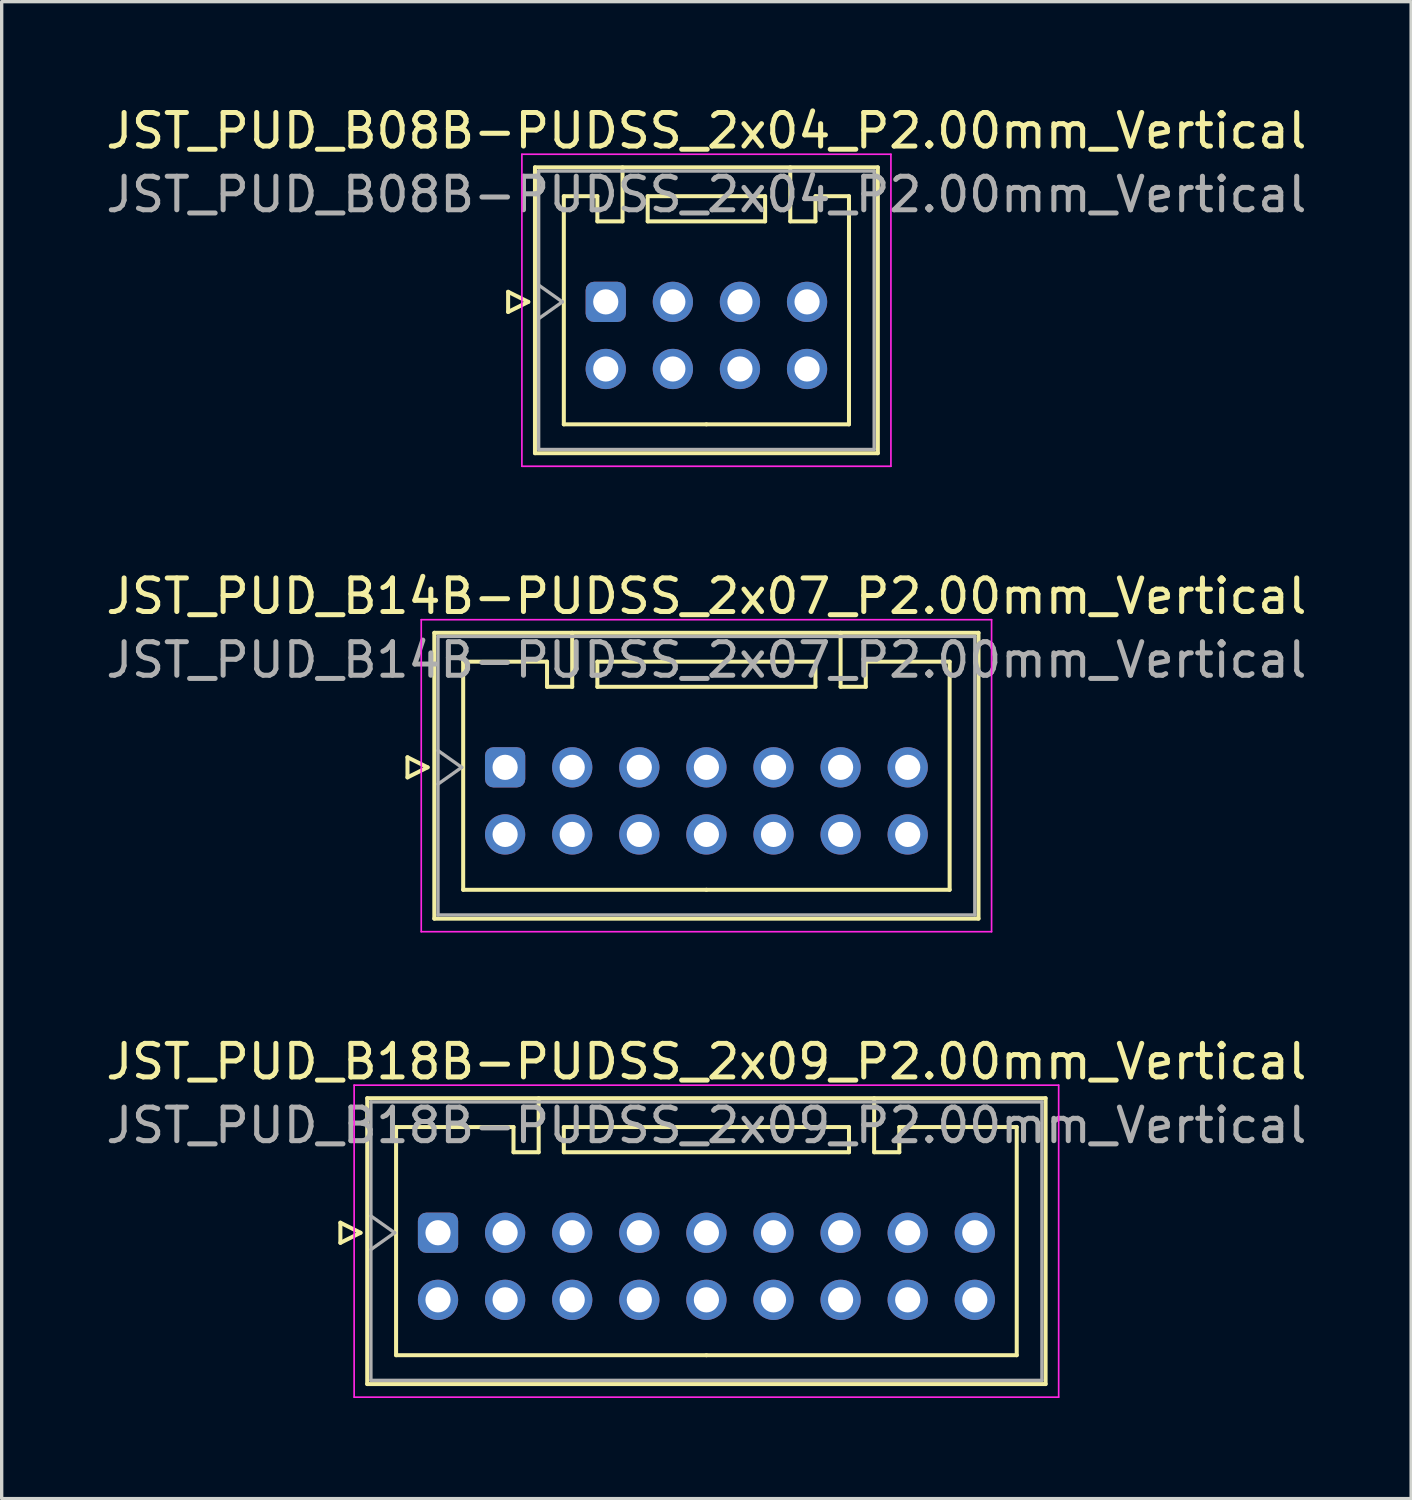
<source format=kicad_pcb>
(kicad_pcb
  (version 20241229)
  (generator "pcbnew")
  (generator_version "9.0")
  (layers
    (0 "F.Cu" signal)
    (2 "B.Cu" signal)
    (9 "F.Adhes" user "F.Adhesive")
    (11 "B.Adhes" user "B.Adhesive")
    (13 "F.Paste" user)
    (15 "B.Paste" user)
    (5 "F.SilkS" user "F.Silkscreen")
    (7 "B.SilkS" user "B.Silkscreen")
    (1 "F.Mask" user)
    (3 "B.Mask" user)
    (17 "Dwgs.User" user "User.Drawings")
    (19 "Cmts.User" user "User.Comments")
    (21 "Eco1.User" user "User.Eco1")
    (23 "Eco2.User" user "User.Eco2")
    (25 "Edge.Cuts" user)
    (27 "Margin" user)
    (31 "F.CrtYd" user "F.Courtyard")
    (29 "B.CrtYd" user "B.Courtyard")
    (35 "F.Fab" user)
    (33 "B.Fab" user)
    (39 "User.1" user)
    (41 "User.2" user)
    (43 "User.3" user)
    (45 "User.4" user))
  (footprint "JST_PUD_B08B-PUDSS_2x04_P2.00mm_Vertical"
    (layer "F.Cu")
    (at 15.006 5.948)
    (property "Reference" "JST_PUD_B08B-PUDSS_2x04_P2.00mm_Vertical" (at 3 -5.1 0) (layer "F.SilkS") (effects (font (size 1 1) (thickness 0.15))))
    (attr through_hole)
    (fp_line (start -2.91 -0.3) (end -2.31 0) (stroke (width 0.12) (type solid)) (layer "F.SilkS"))
    (fp_line (start -2.91 0.3) (end -2.91 -0.3) (stroke (width 0.12) (type solid)) (layer "F.SilkS"))
    (fp_line (start -2.31 0) (end -2.91 0.3) (stroke (width 0.12) (type solid)) (layer "F.SilkS"))
    (fp_line (start -2.11 -4.01) (end -2.11 4.51) (stroke (width 0.12) (type solid)) (layer "F.SilkS"))
    (fp_line (start -2.11 4.51) (end 8.11 4.51) (stroke (width 0.12) (type solid)) (layer "F.SilkS"))
    (fp_line (start -1.25 -3.15) (end -1.25 3.65) (stroke (width 0.12) (type solid)) (layer "F.SilkS"))
    (fp_line (start -1.25 3.65) (end 3 3.65) (stroke (width 0.12) (type solid)) (layer "F.SilkS"))
    (fp_line (start -0.25 -3.15) (end -1.25 -3.15) (stroke (width 0.12) (type solid)) (layer "F.SilkS"))
    (fp_line (start -0.25 -2.4) (end -0.25 -3.15) (stroke (width 0.12) (type solid)) (layer "F.SilkS"))
    (fp_line (start 0.5 -4.01) (end 0.5 -2.4) (stroke (width 0.12) (type solid)) (layer "F.SilkS"))
    (fp_line (start 0.5 -2.4) (end -0.25 -2.4) (stroke (width 0.12) (type solid)) (layer "F.SilkS"))
    (fp_line (start 1.25 -3.15) (end 1.25 -2.4) (stroke (width 0.12) (type solid)) (layer "F.SilkS"))
    (fp_line (start 1.25 -2.4) (end 4.75 -2.4) (stroke (width 0.12) (type solid)) (layer "F.SilkS"))
    (fp_line (start 4.75 -3.15) (end 1.25 -3.15) (stroke (width 0.12) (type solid)) (layer "F.SilkS"))
    (fp_line (start 4.75 -2.4) (end 4.75 -3.15) (stroke (width 0.12) (type solid)) (layer "F.SilkS"))
    (fp_line (start 5.5 -4.01) (end 5.5 -2.4) (stroke (width 0.12) (type solid)) (layer "F.SilkS"))
    (fp_line (start 5.5 -2.4) (end 6.25 -2.4) (stroke (width 0.12) (type solid)) (layer "F.SilkS"))
    (fp_line (start 6.25 -3.15) (end 7.25 -3.15) (stroke (width 0.12) (type solid)) (layer "F.SilkS"))
    (fp_line (start 6.25 -2.4) (end 6.25 -3.15) (stroke (width 0.12) (type solid)) (layer "F.SilkS"))
    (fp_line (start 7.25 -3.15) (end 7.25 3.65) (stroke (width 0.12) (type solid)) (layer "F.SilkS"))
    (fp_line (start 7.25 3.65) (end 3 3.65) (stroke (width 0.12) (type solid)) (layer "F.SilkS"))
    (fp_line (start 8.11 -4.01) (end -2.11 -4.01) (stroke (width 0.12) (type solid)) (layer "F.SilkS"))
    (fp_line (start 8.11 4.51) (end 8.11 -4.01) (stroke (width 0.12) (type solid)) (layer "F.SilkS"))
    (fp_line (start -2.5 -4.4) (end -2.5 4.9) (stroke (width 0.05) (type solid)) (layer "F.CrtYd"))
    (fp_line (start -2.5 4.9) (end 8.5 4.9) (stroke (width 0.05) (type solid)) (layer "F.CrtYd"))
    (fp_line (start 8.5 -4.4) (end -2.5 -4.4) (stroke (width 0.05) (type solid)) (layer "F.CrtYd"))
    (fp_line (start 8.5 4.9) (end 8.5 -4.4) (stroke (width 0.05) (type solid)) (layer "F.CrtYd"))
    (fp_line (start -2 -3.9) (end -2 4.4) (stroke (width 0.1) (type solid)) (layer "F.Fab"))
    (fp_line (start -2 0.5) (end -1.293 0) (stroke (width 0.1) (type solid)) (layer "F.Fab"))
    (fp_line (start -2 4.4) (end 8 4.4) (stroke (width 0.1) (type solid)) (layer "F.Fab"))
    (fp_line (start -1.293 0) (end -2 -0.5) (stroke (width 0.1) (type solid)) (layer "F.Fab"))
    (fp_line (start 8 -3.9) (end -2 -3.9) (stroke (width 0.1) (type solid)) (layer "F.Fab"))
    (fp_line (start 8 4.4) (end 8 -3.9) (stroke (width 0.1) (type solid)) (layer "F.Fab"))
    (fp_text user "${REFERENCE}" (at 3 -3.2 0) (layer "F.Fab") (effects (font (size 1 1) (thickness 0.15))))
    (pad "1" thru_hole roundrect (at 0 0) (size 1.2 1.2) (drill 0.75) (layers "*.Cu" "*.Mask") (roundrect_rratio 0.208))
    (pad "2" thru_hole circle (at 0 2) (size 1.2 1.2) (drill 0.75) (layers "*.Cu" "*.Mask"))
    (pad "3" thru_hole circle (at 2 0) (size 1.2 1.2) (drill 0.75) (layers "*.Cu" "*.Mask"))
    (pad "4" thru_hole circle (at 2 2) (size 1.2 1.2) (drill 0.75) (layers "*.Cu" "*.Mask"))
    (pad "5" thru_hole circle (at 4 0) (size 1.2 1.2) (drill 0.75) (layers "*.Cu" "*.Mask"))
    (pad "6" thru_hole circle (at 4 2) (size 1.2 1.2) (drill 0.75) (layers "*.Cu" "*.Mask"))
    (pad "7" thru_hole circle (at 6 0) (size 1.2 1.2) (drill 0.75) (layers "*.Cu" "*.Mask"))
    (pad "8" thru_hole circle (at 6 2) (size 1.2 1.2) (drill 0.75) (layers "*.Cu" "*.Mask")))
  (footprint "JST_PUD_B14B-PUDSS_2x07_P2.00mm_Vertical"
    (layer "F.Cu")
    (at 12.006 19.822)
    (property "Reference" "JST_PUD_B14B-PUDSS_2x07_P2.00mm_Vertical" (at 6 -5.1 0) (layer "F.SilkS") (effects (font (size 1 1) (thickness 0.15))))
    (attr through_hole)
    (fp_line (start -2.91 -0.3) (end -2.31 0) (stroke (width 0.12) (type solid)) (layer "F.SilkS"))
    (fp_line (start -2.91 0.3) (end -2.91 -0.3) (stroke (width 0.12) (type solid)) (layer "F.SilkS"))
    (fp_line (start -2.31 0) (end -2.91 0.3) (stroke (width 0.12) (type solid)) (layer "F.SilkS"))
    (fp_line (start -2.11 -4.01) (end -2.11 4.51) (stroke (width 0.12) (type solid)) (layer "F.SilkS"))
    (fp_line (start -2.11 4.51) (end 14.11 4.51) (stroke (width 0.12) (type solid)) (layer "F.SilkS"))
    (fp_line (start -1.25 -3.15) (end -1.25 3.65) (stroke (width 0.12) (type solid)) (layer "F.SilkS"))
    (fp_line (start -1.25 3.65) (end 6 3.65) (stroke (width 0.12) (type solid)) (layer "F.SilkS"))
    (fp_line (start 1.25 -3.15) (end -1.25 -3.15) (stroke (width 0.12) (type solid)) (layer "F.SilkS"))
    (fp_line (start 1.25 -2.4) (end 1.25 -3.15) (stroke (width 0.12) (type solid)) (layer "F.SilkS"))
    (fp_line (start 2 -4.01) (end 2 -2.4) (stroke (width 0.12) (type solid)) (layer "F.SilkS"))
    (fp_line (start 2 -2.4) (end 1.25 -2.4) (stroke (width 0.12) (type solid)) (layer "F.SilkS"))
    (fp_line (start 2.75 -3.15) (end 2.75 -2.4) (stroke (width 0.12) (type solid)) (layer "F.SilkS"))
    (fp_line (start 2.75 -2.4) (end 9.25 -2.4) (stroke (width 0.12) (type solid)) (layer "F.SilkS"))
    (fp_line (start 9.25 -3.15) (end 2.75 -3.15) (stroke (width 0.12) (type solid)) (layer "F.SilkS"))
    (fp_line (start 9.25 -2.4) (end 9.25 -3.15) (stroke (width 0.12) (type solid)) (layer "F.SilkS"))
    (fp_line (start 10 -4.01) (end 10 -2.4) (stroke (width 0.12) (type solid)) (layer "F.SilkS"))
    (fp_line (start 10 -2.4) (end 10.75 -2.4) (stroke (width 0.12) (type solid)) (layer "F.SilkS"))
    (fp_line (start 10.75 -3.15) (end 13.25 -3.15) (stroke (width 0.12) (type solid)) (layer "F.SilkS"))
    (fp_line (start 10.75 -2.4) (end 10.75 -3.15) (stroke (width 0.12) (type solid)) (layer "F.SilkS"))
    (fp_line (start 13.25 -3.15) (end 13.25 3.65) (stroke (width 0.12) (type solid)) (layer "F.SilkS"))
    (fp_line (start 13.25 3.65) (end 6 3.65) (stroke (width 0.12) (type solid)) (layer "F.SilkS"))
    (fp_line (start 14.11 -4.01) (end -2.11 -4.01) (stroke (width 0.12) (type solid)) (layer "F.SilkS"))
    (fp_line (start 14.11 4.51) (end 14.11 -4.01) (stroke (width 0.12) (type solid)) (layer "F.SilkS"))
    (fp_line (start -2.5 -4.4) (end -2.5 4.9) (stroke (width 0.05) (type solid)) (layer "F.CrtYd"))
    (fp_line (start -2.5 4.9) (end 14.5 4.9) (stroke (width 0.05) (type solid)) (layer "F.CrtYd"))
    (fp_line (start 14.5 -4.4) (end -2.5 -4.4) (stroke (width 0.05) (type solid)) (layer "F.CrtYd"))
    (fp_line (start 14.5 4.9) (end 14.5 -4.4) (stroke (width 0.05) (type solid)) (layer "F.CrtYd"))
    (fp_line (start -2 -3.9) (end -2 4.4) (stroke (width 0.1) (type solid)) (layer "F.Fab"))
    (fp_line (start -2 0.5) (end -1.293 0) (stroke (width 0.1) (type solid)) (layer "F.Fab"))
    (fp_line (start -2 4.4) (end 14 4.4) (stroke (width 0.1) (type solid)) (layer "F.Fab"))
    (fp_line (start -1.293 0) (end -2 -0.5) (stroke (width 0.1) (type solid)) (layer "F.Fab"))
    (fp_line (start 14 -3.9) (end -2 -3.9) (stroke (width 0.1) (type solid)) (layer "F.Fab"))
    (fp_line (start 14 4.4) (end 14 -3.9) (stroke (width 0.1) (type solid)) (layer "F.Fab"))
    (fp_text user "${REFERENCE}" (at 6 -3.2 0) (layer "F.Fab") (effects (font (size 1 1) (thickness 0.15))))
    (pad "1" thru_hole roundrect (at 0 0) (size 1.2 1.2) (drill 0.75) (layers "*.Cu" "*.Mask") (roundrect_rratio 0.208))
    (pad "2" thru_hole circle (at 0 2) (size 1.2 1.2) (drill 0.75) (layers "*.Cu" "*.Mask"))
    (pad "3" thru_hole circle (at 2 0) (size 1.2 1.2) (drill 0.75) (layers "*.Cu" "*.Mask"))
    (pad "4" thru_hole circle (at 2 2) (size 1.2 1.2) (drill 0.75) (layers "*.Cu" "*.Mask"))
    (pad "5" thru_hole circle (at 4 0) (size 1.2 1.2) (drill 0.75) (layers "*.Cu" "*.Mask"))
    (pad "6" thru_hole circle (at 4 2) (size 1.2 1.2) (drill 0.75) (layers "*.Cu" "*.Mask"))
    (pad "7" thru_hole circle (at 6 0) (size 1.2 1.2) (drill 0.75) (layers "*.Cu" "*.Mask"))
    (pad "8" thru_hole circle (at 6 2) (size 1.2 1.2) (drill 0.75) (layers "*.Cu" "*.Mask"))
    (pad "9" thru_hole circle (at 8 0) (size 1.2 1.2) (drill 0.75) (layers "*.Cu" "*.Mask"))
    (pad "10" thru_hole circle (at 8 2) (size 1.2 1.2) (drill 0.75) (layers "*.Cu" "*.Mask"))
    (pad "11" thru_hole circle (at 10 0) (size 1.2 1.2) (drill 0.75) (layers "*.Cu" "*.Mask"))
    (pad "12" thru_hole circle (at 10 2) (size 1.2 1.2) (drill 0.75) (layers "*.Cu" "*.Mask"))
    (pad "13" thru_hole circle (at 12 0) (size 1.2 1.2) (drill 0.75) (layers "*.Cu" "*.Mask"))
    (pad "14" thru_hole circle (at 12 2) (size 1.2 1.2) (drill 0.75) (layers "*.Cu" "*.Mask")))
  (footprint "JST_PUD_B18B-PUDSS_2x09_P2.00mm_Vertical"
    (layer "F.Cu")
    (at 10.006 33.695)
    (property "Reference" "JST_PUD_B18B-PUDSS_2x09_P2.00mm_Vertical" (at 8 -5.1 0) (layer "F.SilkS") (effects (font (size 1 1) (thickness 0.15))))
    (attr through_hole)
    (fp_line (start -2.91 -0.3) (end -2.31 0) (stroke (width 0.12) (type solid)) (layer "F.SilkS"))
    (fp_line (start -2.91 0.3) (end -2.91 -0.3) (stroke (width 0.12) (type solid)) (layer "F.SilkS"))
    (fp_line (start -2.31 0) (end -2.91 0.3) (stroke (width 0.12) (type solid)) (layer "F.SilkS"))
    (fp_line (start -2.11 -4.01) (end -2.11 4.51) (stroke (width 0.12) (type solid)) (layer "F.SilkS"))
    (fp_line (start -2.11 4.51) (end 18.11 4.51) (stroke (width 0.12) (type solid)) (layer "F.SilkS"))
    (fp_line (start -1.25 -3.15) (end -1.25 3.65) (stroke (width 0.12) (type solid)) (layer "F.SilkS"))
    (fp_line (start -1.25 3.65) (end 8 3.65) (stroke (width 0.12) (type solid)) (layer "F.SilkS"))
    (fp_line (start 2.25 -3.15) (end -1.25 -3.15) (stroke (width 0.12) (type solid)) (layer "F.SilkS"))
    (fp_line (start 2.25 -2.4) (end 2.25 -3.15) (stroke (width 0.12) (type solid)) (layer "F.SilkS"))
    (fp_line (start 3 -4.01) (end 3 -2.4) (stroke (width 0.12) (type solid)) (layer "F.SilkS"))
    (fp_line (start 3 -2.4) (end 2.25 -2.4) (stroke (width 0.12) (type solid)) (layer "F.SilkS"))
    (fp_line (start 3.75 -3.15) (end 3.75 -2.4) (stroke (width 0.12) (type solid)) (layer "F.SilkS"))
    (fp_line (start 3.75 -2.4) (end 12.25 -2.4) (stroke (width 0.12) (type solid)) (layer "F.SilkS"))
    (fp_line (start 12.25 -3.15) (end 3.75 -3.15) (stroke (width 0.12) (type solid)) (layer "F.SilkS"))
    (fp_line (start 12.25 -2.4) (end 12.25 -3.15) (stroke (width 0.12) (type solid)) (layer "F.SilkS"))
    (fp_line (start 13 -4.01) (end 13 -2.4) (stroke (width 0.12) (type solid)) (layer "F.SilkS"))
    (fp_line (start 13 -2.4) (end 13.75 -2.4) (stroke (width 0.12) (type solid)) (layer "F.SilkS"))
    (fp_line (start 13.75 -3.15) (end 17.25 -3.15) (stroke (width 0.12) (type solid)) (layer "F.SilkS"))
    (fp_line (start 13.75 -2.4) (end 13.75 -3.15) (stroke (width 0.12) (type solid)) (layer "F.SilkS"))
    (fp_line (start 17.25 -3.15) (end 17.25 3.65) (stroke (width 0.12) (type solid)) (layer "F.SilkS"))
    (fp_line (start 17.25 3.65) (end 8 3.65) (stroke (width 0.12) (type solid)) (layer "F.SilkS"))
    (fp_line (start 18.11 -4.01) (end -2.11 -4.01) (stroke (width 0.12) (type solid)) (layer "F.SilkS"))
    (fp_line (start 18.11 4.51) (end 18.11 -4.01) (stroke (width 0.12) (type solid)) (layer "F.SilkS"))
    (fp_line (start -2.5 -4.4) (end -2.5 4.9) (stroke (width 0.05) (type solid)) (layer "F.CrtYd"))
    (fp_line (start -2.5 4.9) (end 18.5 4.9) (stroke (width 0.05) (type solid)) (layer "F.CrtYd"))
    (fp_line (start 18.5 -4.4) (end -2.5 -4.4) (stroke (width 0.05) (type solid)) (layer "F.CrtYd"))
    (fp_line (start 18.5 4.9) (end 18.5 -4.4) (stroke (width 0.05) (type solid)) (layer "F.CrtYd"))
    (fp_line (start -2 -3.9) (end -2 4.4) (stroke (width 0.1) (type solid)) (layer "F.Fab"))
    (fp_line (start -2 0.5) (end -1.293 0) (stroke (width 0.1) (type solid)) (layer "F.Fab"))
    (fp_line (start -2 4.4) (end 18 4.4) (stroke (width 0.1) (type solid)) (layer "F.Fab"))
    (fp_line (start -1.293 0) (end -2 -0.5) (stroke (width 0.1) (type solid)) (layer "F.Fab"))
    (fp_line (start 18 -3.9) (end -2 -3.9) (stroke (width 0.1) (type solid)) (layer "F.Fab"))
    (fp_line (start 18 4.4) (end 18 -3.9) (stroke (width 0.1) (type solid)) (layer "F.Fab"))
    (fp_text user "${REFERENCE}" (at 8 -3.2 0) (layer "F.Fab") (effects (font (size 1 1) (thickness 0.15))))
    (pad "1" thru_hole roundrect (at 0 0) (size 1.2 1.2) (drill 0.75) (layers "*.Cu" "*.Mask") (roundrect_rratio 0.208))
    (pad "2" thru_hole circle (at 0 2) (size 1.2 1.2) (drill 0.75) (layers "*.Cu" "*.Mask"))
    (pad "3" thru_hole circle (at 2 0) (size 1.2 1.2) (drill 0.75) (layers "*.Cu" "*.Mask"))
    (pad "4" thru_hole circle (at 2 2) (size 1.2 1.2) (drill 0.75) (layers "*.Cu" "*.Mask"))
    (pad "5" thru_hole circle (at 4 0) (size 1.2 1.2) (drill 0.75) (layers "*.Cu" "*.Mask"))
    (pad "6" thru_hole circle (at 4 2) (size 1.2 1.2) (drill 0.75) (layers "*.Cu" "*.Mask"))
    (pad "7" thru_hole circle (at 6 0) (size 1.2 1.2) (drill 0.75) (layers "*.Cu" "*.Mask"))
    (pad "8" thru_hole circle (at 6 2) (size 1.2 1.2) (drill 0.75) (layers "*.Cu" "*.Mask"))
    (pad "9" thru_hole circle (at 8 0) (size 1.2 1.2) (drill 0.75) (layers "*.Cu" "*.Mask"))
    (pad "10" thru_hole circle (at 8 2) (size 1.2 1.2) (drill 0.75) (layers "*.Cu" "*.Mask"))
    (pad "11" thru_hole circle (at 10 0) (size 1.2 1.2) (drill 0.75) (layers "*.Cu" "*.Mask"))
    (pad "12" thru_hole circle (at 10 2) (size 1.2 1.2) (drill 0.75) (layers "*.Cu" "*.Mask"))
    (pad "13" thru_hole circle (at 12 0) (size 1.2 1.2) (drill 0.75) (layers "*.Cu" "*.Mask"))
    (pad "14" thru_hole circle (at 12 2) (size 1.2 1.2) (drill 0.75) (layers "*.Cu" "*.Mask"))
    (pad "15" thru_hole circle (at 14 0) (size 1.2 1.2) (drill 0.75) (layers "*.Cu" "*.Mask"))
    (pad "16" thru_hole circle (at 14 2) (size 1.2 1.2) (drill 0.75) (layers "*.Cu" "*.Mask"))
    (pad "17" thru_hole circle (at 16 0) (size 1.2 1.2) (drill 0.75) (layers "*.Cu" "*.Mask"))
    (pad "18" thru_hole circle (at 16 2) (size 1.2 1.2) (drill 0.75) (layers "*.Cu" "*.Mask")))
  (gr_rect
    (start -3 -3)
    (end 39.012 41.62)
    (stroke (width 0.1) (type default))
    (fill no)
    (layer "Edge.Cuts")))
</source>
